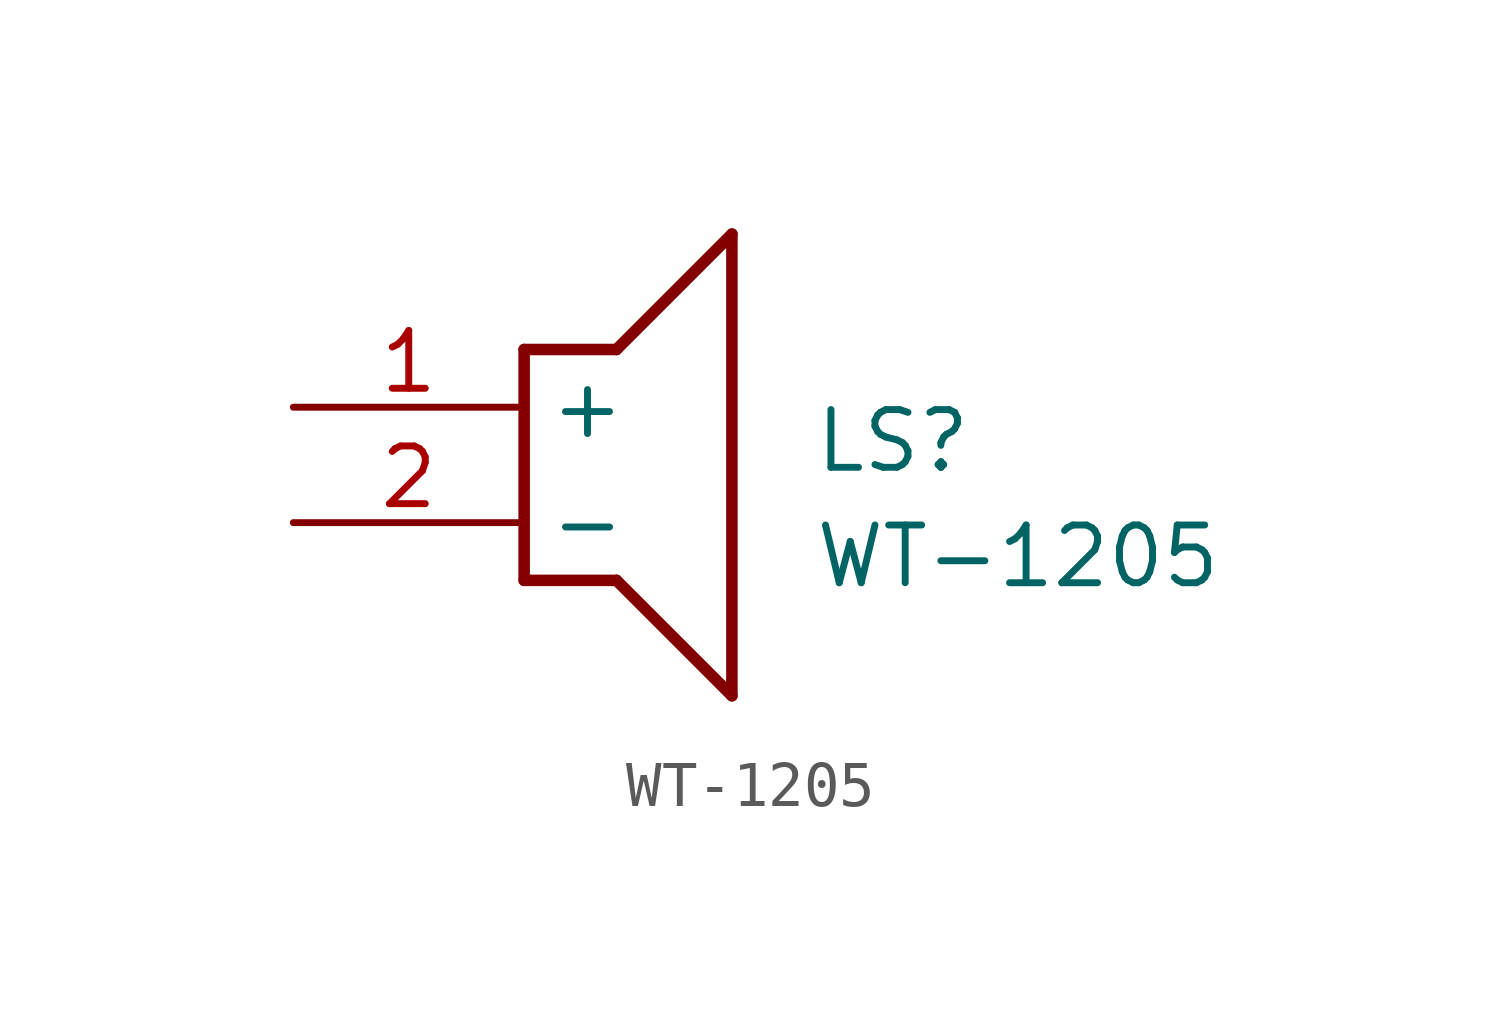
<source format=kicad_sym>
(kicad_symbol_lib
  (version 20211014)
  (generator SamacSys_ECAD_Model)
  (symbol "WT-1205"
    (property "Reference" "LS"
      (at 11.43 0 0)
      (effects (font (size 1.27 1.27)) (justify left top)))
    (property "Value" "WT-1205"
      (at 11.43 -2.54 0)
      (effects (font (size 1.27 1.27)) (justify left top)))
    (polyline
      (pts (xy 5.08 1.27) (xy 7.112 1.27))
      (stroke (width 0.254) (type default))
      (fill (type none)))
    (polyline
      (pts (xy 9.652 3.81) (xy 7.112 1.27))
      (stroke (width 0.254) (type default))
      (fill (type none)))
    (polyline
      (pts (xy 9.652 3.81) (xy 9.652 -6.35))
      (stroke (width 0.254) (type default))
      (fill (type none)))
    (polyline
      (pts (xy 7.112 -3.81) (xy 9.652 -6.35))
      (stroke (width 0.254) (type default))
      (fill (type none)))
    (polyline
      (pts (xy 7.112 -3.81) (xy 5.08 -3.81))
      (stroke (width 0.254) (type default))
      (fill (type none)))
    (polyline
      (pts (xy 5.08 1.27) (xy 5.08 -3.81))
      (stroke (width 0.254) (type default))
      (fill (type none)))
    (pin passive line
      (at 0 0 0)
      (length 5.08)
      (name "+" (effects (font (size 1.27 1.27))))
      (number "1" (effects (font (size 1.27 1.27)))))
    (pin passive line
      (at 0 -2.54 0)
      (length 5.08)
      (name "-" (effects (font (size 1.27 1.27))))
      (number "2" (effects (font (size 1.27 1.27)))))))
</source>
